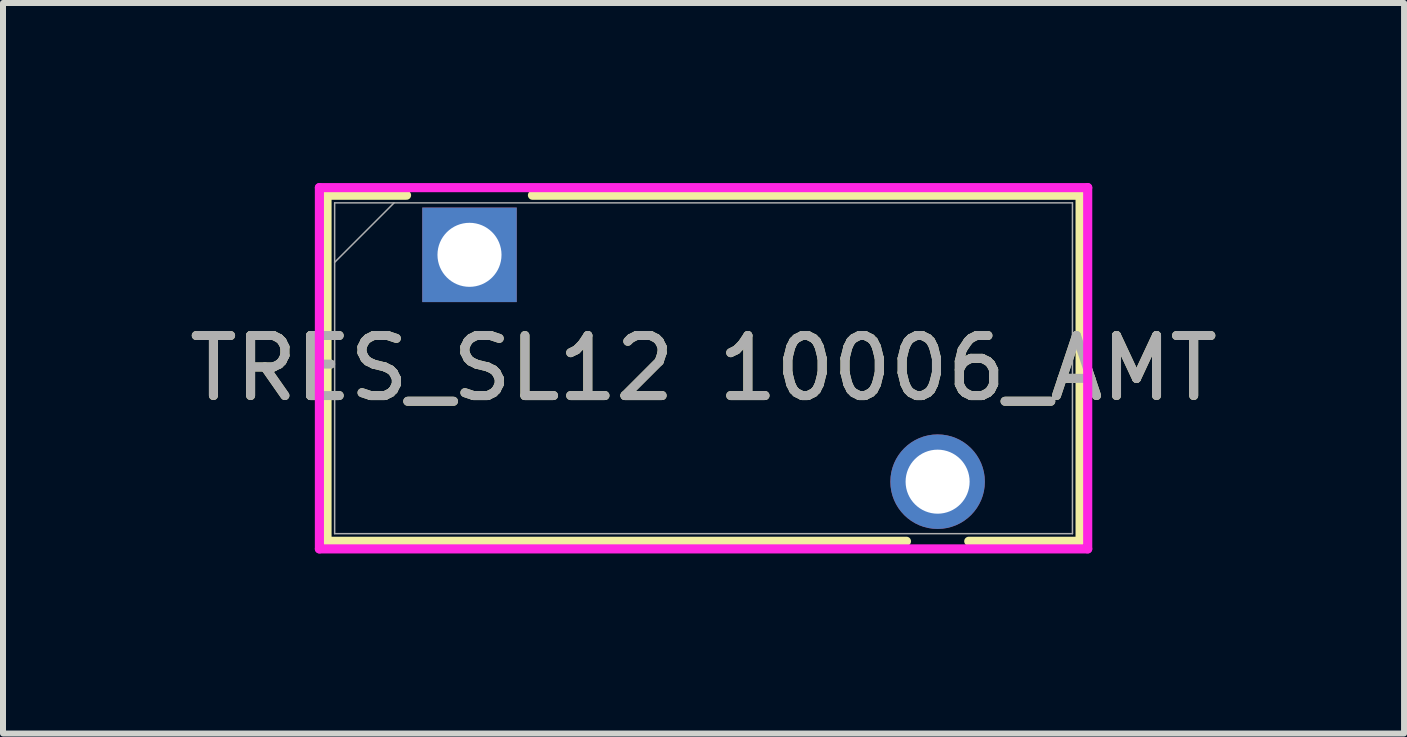
<source format=kicad_pcb>
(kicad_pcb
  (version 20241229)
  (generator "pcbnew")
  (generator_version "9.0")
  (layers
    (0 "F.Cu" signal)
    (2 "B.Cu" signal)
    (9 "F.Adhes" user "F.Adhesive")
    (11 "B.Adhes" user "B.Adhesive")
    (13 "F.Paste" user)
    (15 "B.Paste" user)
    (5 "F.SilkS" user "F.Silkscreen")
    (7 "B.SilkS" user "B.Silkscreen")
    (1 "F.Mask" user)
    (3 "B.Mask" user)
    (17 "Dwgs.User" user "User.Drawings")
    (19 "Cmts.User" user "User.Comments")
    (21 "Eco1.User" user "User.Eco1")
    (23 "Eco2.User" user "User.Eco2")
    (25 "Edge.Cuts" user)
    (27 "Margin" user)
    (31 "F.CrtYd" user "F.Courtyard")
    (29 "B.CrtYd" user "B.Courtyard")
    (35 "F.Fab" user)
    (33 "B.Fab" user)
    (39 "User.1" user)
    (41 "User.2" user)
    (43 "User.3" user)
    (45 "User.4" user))
  (footprint "TRES_SL12 10006_AMT"
    (layer "F.Cu")
    (at 4.773 1.196)
    (property "Reference" "TRES_SL12 10006_AMT" (at 3.9 1.89 0) (unlocked yes) (layer "F.SilkS") (effects (font (size 1 1) (thickness 0.15))))
    (attr through_hole)
    (fp_line (start -2.374 -0.993) (end -2.374 4.773) (stroke (width 0.152) (type solid)) (layer "F.SilkS"))
    (fp_line (start -2.374 4.773) (end 7.281 4.773) (stroke (width 0.152) (type solid)) (layer "F.SilkS"))
    (fp_line (start -1.049 -0.993) (end -2.374 -0.993) (stroke (width 0.152) (type solid)) (layer "F.SilkS"))
    (fp_line (start 8.319 4.773) (end 10.174 4.773) (stroke (width 0.152) (type solid)) (layer "F.SilkS"))
    (fp_line (start 10.174 -0.993) (end 1.049 -0.993) (stroke (width 0.152) (type solid)) (layer "F.SilkS"))
    (fp_line (start 10.174 4.773) (end 10.174 -0.993) (stroke (width 0.152) (type solid)) (layer "F.SilkS"))
    (fp_line (start -2.501 -1.12) (end 10.301 -1.12) (stroke (width 0.152) (type solid)) (layer "F.CrtYd"))
    (fp_line (start -2.501 4.9) (end -2.501 -1.12) (stroke (width 0.152) (type solid)) (layer "F.CrtYd"))
    (fp_line (start 10.301 -1.12) (end 10.301 4.9) (stroke (width 0.152) (type solid)) (layer "F.CrtYd"))
    (fp_line (start 10.301 4.9) (end -2.501 4.9) (stroke (width 0.152) (type solid)) (layer "F.CrtYd"))
    (fp_line (start -2.247 -0.866) (end -2.247 4.646) (stroke (width 0.025) (type solid)) (layer "F.Fab"))
    (fp_line (start -2.247 0.125) (end -1.256 -0.866) (stroke (width 0.025) (type solid)) (layer "F.Fab"))
    (fp_line (start -2.247 4.646) (end 10.047 4.646) (stroke (width 0.025) (type solid)) (layer "F.Fab"))
    (fp_line (start 10.047 -0.866) (end -2.247 -0.866) (stroke (width 0.025) (type solid)) (layer "F.Fab"))
    (fp_line (start 10.047 4.646) (end 10.047 -0.866) (stroke (width 0.025) (type solid)) (layer "F.Fab"))
    (fp_text user "${REFERENCE}" (at 3.9 1.89 0) (unlocked yes) (layer "F.Fab") (effects (font (size 1 1) (thickness 0.15))))
    (pad "1" thru_hole rect (at 0 0) (size 1.575 1.575) (drill 1.067) (layers "*.Cu" "*.Mask"))
    (pad "2" thru_hole circle (at 7.8 3.78) (size 1.575 1.575) (drill 1.067) (layers "*.Cu" "*.Mask")))
  (gr_rect
    (start -3 -3)
    (end 20.345 9.172)
    (stroke (width 0.1) (type default))
    (fill no)
    (layer "Edge.Cuts")))
</source>
